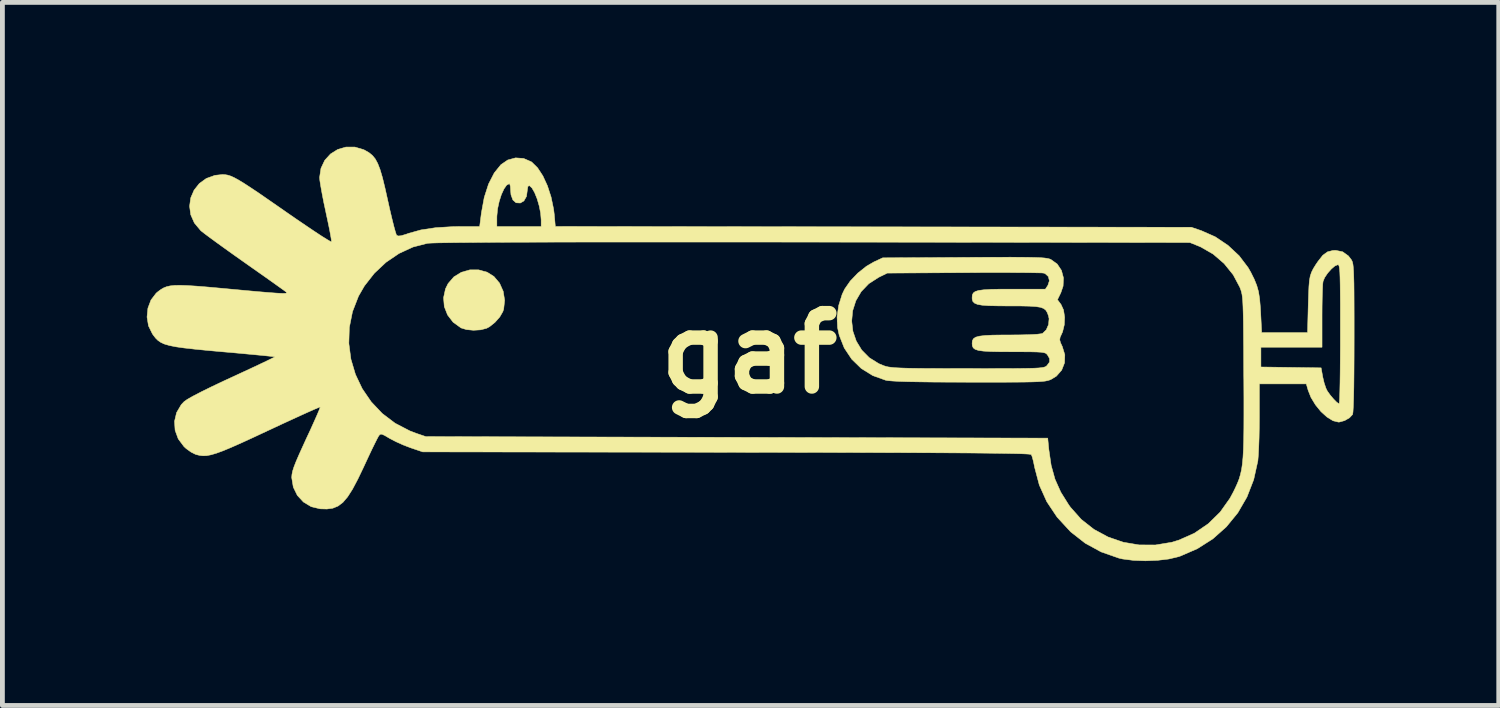
<source format=kicad_pcb>
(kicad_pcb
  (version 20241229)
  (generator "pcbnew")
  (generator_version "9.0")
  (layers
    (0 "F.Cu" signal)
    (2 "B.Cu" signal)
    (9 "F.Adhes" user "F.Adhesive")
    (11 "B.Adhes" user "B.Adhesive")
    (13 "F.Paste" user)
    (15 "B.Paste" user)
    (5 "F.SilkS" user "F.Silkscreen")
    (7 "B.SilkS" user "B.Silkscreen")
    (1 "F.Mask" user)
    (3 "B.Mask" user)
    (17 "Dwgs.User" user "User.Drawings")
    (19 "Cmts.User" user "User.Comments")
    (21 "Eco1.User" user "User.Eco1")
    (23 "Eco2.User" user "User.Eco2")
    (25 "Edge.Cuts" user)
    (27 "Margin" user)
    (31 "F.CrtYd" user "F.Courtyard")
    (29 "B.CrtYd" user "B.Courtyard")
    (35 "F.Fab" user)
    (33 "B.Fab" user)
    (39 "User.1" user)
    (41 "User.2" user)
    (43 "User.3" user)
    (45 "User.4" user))
  (footprint "gaf"
    (layer "F.Cu")
    (at 12.512 4.291)
    (property "Reference" "gaf" (at 0 0 0) (layer "F.SilkS") (effects (font (size 1.524 1.524) (thickness 0.3))))
    (attr through_hole)
    (fp_poly (pts (xy -5.44 -1.685) (xy -5.3 -1.597) (xy -5.183 -1.459) (xy -5.107 -1.289) (xy -5.077 -1.102) (xy -5.097 -0.919) (xy -5.114 -0.867) (xy -5.178 -0.756) (xy -5.278 -0.643) (xy -5.392 -0.552) (xy -5.452 -0.52) (xy -5.576 -0.488) (xy -5.724 -0.479) (xy -5.87 -0.493) (xy -5.984 -0.528) (xy -5.985 -0.529) (xy -6.147 -0.646) (xy -6.263 -0.797) (xy -6.331 -0.971) (xy -6.346 -1.155) (xy -6.306 -1.34) (xy -6.252 -1.449) (xy -6.131 -1.589) (xy -5.976 -1.684) (xy -5.8 -1.734) (xy -5.617 -1.734) (xy -5.44 -1.685)) (stroke (width 0.01) (type solid)) (fill yes) (layer "F.SilkS"))
    (fp_poly (pts (xy 5.641 -1.996) (xy 5.815 -1.994) (xy 5.951 -1.991) (xy 6.056 -1.987) (xy 6.135 -1.981) (xy 6.193 -1.973) (xy 6.234 -1.964) (xy 6.265 -1.953) (xy 6.272 -1.95) (xy 6.404 -1.855) (xy 6.492 -1.723) (xy 6.534 -1.566) (xy 6.526 -1.396) (xy 6.479 -1.258) (xy 6.409 -1.114) (xy 6.483 -1.015) (xy 6.535 -0.901) (xy 6.558 -0.752) (xy 6.551 -0.593) (xy 6.515 -0.445) (xy 6.497 -0.406) (xy 6.464 -0.333) (xy 6.456 -0.28) (xy 6.473 -0.219) (xy 6.509 -0.142) (xy 6.562 0.03) (xy 6.556 0.198) (xy 6.497 0.349) (xy 6.387 0.474) (xy 6.274 0.543) (xy 6.241 0.556) (xy 6.203 0.567) (xy 6.153 0.577) (xy 6.088 0.584) (xy 6 0.59) (xy 5.884 0.594) (xy 5.735 0.597) (xy 5.547 0.599) (xy 5.314 0.6) (xy 5.03 0.6) (xy 4.691 0.6) (xy 4.572 0.6) (xy 4.167 0.599) (xy 3.822 0.597) (xy 3.534 0.593) (xy 3.3 0.589) (xy 3.115 0.583) (xy 2.978 0.575) (xy 2.884 0.567) (xy 2.84 0.559) (xy 2.57 0.462) (xy 2.332 0.314) (xy 2.134 0.121) (xy 1.979 -0.112) (xy 1.874 -0.378) (xy 1.84 -0.535) (xy 1.834 -0.671) (xy 2.134 -0.671) (xy 2.159 -0.458) (xy 2.229 -0.254) (xy 2.342 -0.068) (xy 2.499 0.091) (xy 2.698 0.215) (xy 2.805 0.259) (xy 2.847 0.272) (xy 2.895 0.283) (xy 2.956 0.291) (xy 3.034 0.299) (xy 3.136 0.304) (xy 3.268 0.309) (xy 3.434 0.312) (xy 3.642 0.314) (xy 3.896 0.315) (xy 4.202 0.316) (xy 4.548 0.316) (xy 4.906 0.317) (xy 5.205 0.316) (xy 5.452 0.316) (xy 5.651 0.314) (xy 5.808 0.312) (xy 5.929 0.309) (xy 6.019 0.304) (xy 6.084 0.297) (xy 6.128 0.289) (xy 6.157 0.279) (xy 6.177 0.267) (xy 6.191 0.254) (xy 6.245 0.181) (xy 6.245 0.109) (xy 6.205 0.039) (xy 6.187 0.016) (xy 6.164 -0.002) (xy 6.127 -0.014) (xy 6.068 -0.023) (xy 5.979 -0.028) (xy 5.851 -0.031) (xy 5.675 -0.032) (xy 5.466 -0.032) (xy 5.214 -0.033) (xy 5.018 -0.037) (xy 4.872 -0.046) (xy 4.768 -0.06) (xy 4.699 -0.083) (xy 4.659 -0.114) (xy 4.64 -0.156) (xy 4.636 -0.206) (xy 4.641 -0.261) (xy 4.663 -0.303) (xy 4.709 -0.335) (xy 4.785 -0.356) (xy 4.899 -0.37) (xy 5.058 -0.378) (xy 5.27 -0.381) (xy 5.407 -0.381) (xy 5.642 -0.383) (xy 5.836 -0.388) (xy 5.982 -0.396) (xy 6.074 -0.407) (xy 6.101 -0.415) (xy 6.177 -0.489) (xy 6.224 -0.598) (xy 6.235 -0.719) (xy 6.222 -0.78) (xy 6.198 -0.845) (xy 6.168 -0.895) (xy 6.124 -0.931) (xy 6.058 -0.956) (xy 5.961 -0.971) (xy 5.825 -0.98) (xy 5.643 -0.984) (xy 5.413 -0.984) (xy 5.17 -0.986) (xy 4.982 -0.99) (xy 4.844 -1) (xy 4.747 -1.017) (xy 4.686 -1.043) (xy 4.651 -1.078) (xy 4.637 -1.125) (xy 4.636 -1.159) (xy 4.64 -1.212) (xy 4.66 -1.253) (xy 4.701 -1.284) (xy 4.771 -1.306) (xy 4.877 -1.32) (xy 5.026 -1.329) (xy 5.224 -1.333) (xy 5.467 -1.333) (xy 6.158 -1.333) (xy 6.211 -1.414) (xy 6.241 -1.507) (xy 6.22 -1.595) (xy 6.153 -1.656) (xy 6.121 -1.667) (xy 6.076 -1.671) (xy 5.973 -1.673) (xy 5.82 -1.676) (xy 5.622 -1.677) (xy 5.387 -1.678) (xy 5.12 -1.678) (xy 4.828 -1.678) (xy 4.517 -1.676) (xy 4.461 -1.676) (xy 2.873 -1.667) (xy 2.694 -1.579) (xy 2.489 -1.447) (xy 2.331 -1.282) (xy 2.22 -1.092) (xy 2.154 -0.885) (xy 2.134 -0.671) (xy 1.834 -0.671) (xy 1.83 -0.757) (xy 1.864 -0.995) (xy 1.936 -1.226) (xy 1.988 -1.335) (xy 2.104 -1.502) (xy 2.262 -1.667) (xy 2.44 -1.809) (xy 2.595 -1.899) (xy 2.778 -1.984) (xy 4.47 -1.993) (xy 4.844 -1.995) (xy 5.161 -1.996) (xy 5.425 -1.997) (xy 5.641 -1.996)) (stroke (width 0.01) (type solid)) (fill yes) (layer "F.SilkS"))
    (fp_poly (pts (xy -8.005 -4.231) (xy -7.981 -4.219) (xy -7.896 -4.17) (xy -7.826 -4.113) (xy -7.766 -4.041) (xy -7.714 -3.945) (xy -7.665 -3.818) (xy -7.616 -3.652) (xy -7.564 -3.439) (xy -7.505 -3.175) (xy -7.46 -2.974) (xy -7.417 -2.792) (xy -7.379 -2.64) (xy -7.348 -2.528) (xy -7.327 -2.464) (xy -7.322 -2.454) (xy -7.288 -2.438) (xy -7.228 -2.443) (xy -7.127 -2.473) (xy -7.074 -2.492) (xy -6.816 -2.564) (xy -6.505 -2.611) (xy -6.138 -2.633) (xy -5.966 -2.635) (xy -5.596 -2.635) (xy -5.572 -2.823) (xy -5.239 -2.823) (xy -5.239 -2.635) (xy -4.318 -2.635) (xy -4.318 -2.771) (xy -4.329 -2.911) (xy -4.359 -3.063) (xy -4.402 -3.21) (xy -4.454 -3.339) (xy -4.509 -3.435) (xy -4.562 -3.484) (xy -4.564 -3.485) (xy -4.594 -3.468) (xy -4.604 -3.402) (xy -4.623 -3.261) (xy -4.677 -3.166) (xy -4.751 -3.123) (xy -4.84 -3.128) (xy -4.906 -3.187) (xy -4.945 -3.293) (xy -4.953 -3.385) (xy -4.958 -3.469) (xy -4.972 -3.519) (xy -4.98 -3.524) (xy -5.035 -3.495) (xy -5.091 -3.415) (xy -5.145 -3.298) (xy -5.19 -3.157) (xy -5.223 -3.005) (xy -5.238 -2.854) (xy -5.239 -2.823) (xy -5.572 -2.823) (xy -5.56 -2.917) (xy -5.501 -3.239) (xy -5.411 -3.518) (xy -5.293 -3.748) (xy -5.155 -3.919) (xy -5.012 -4.017) (xy -4.85 -4.061) (xy -4.683 -4.049) (xy -4.526 -3.981) (xy -4.511 -3.971) (xy -4.393 -3.855) (xy -4.283 -3.687) (xy -4.188 -3.481) (xy -4.112 -3.247) (xy -4.06 -2.998) (xy -4.045 -2.878) (xy -4.024 -2.636) (xy 2.584 -2.628) (xy 9.192 -2.619) (xy 9.4 -2.548) (xy 9.687 -2.421) (xy 9.951 -2.244) (xy 10.183 -2.028) (xy 10.369 -1.783) (xy 10.426 -1.684) (xy 10.498 -1.539) (xy 10.55 -1.41) (xy 10.586 -1.282) (xy 10.609 -1.136) (xy 10.625 -0.954) (xy 10.632 -0.826) (xy 10.652 -0.429) (xy 11.605 -0.429) (xy 11.62 -1.016) (xy 11.627 -1.229) (xy 11.634 -1.39) (xy 11.644 -1.511) (xy 11.661 -1.605) (xy 11.687 -1.683) (xy 11.724 -1.758) (xy 11.776 -1.842) (xy 11.823 -1.911) (xy 11.921 -2.036) (xy 12.019 -2.108) (xy 12.133 -2.137) (xy 12.192 -2.139) (xy 12.336 -2.109) (xy 12.454 -2.024) (xy 12.514 -1.946) (xy 12.527 -1.923) (xy 12.539 -1.893) (xy 12.548 -1.851) (xy 12.555 -1.791) (xy 12.561 -1.709) (xy 12.565 -1.597) (xy 12.569 -1.452) (xy 12.571 -1.267) (xy 12.572 -1.036) (xy 12.573 -0.754) (xy 12.573 -0.416) (xy 12.573 -0.323) (xy 12.572 0.073) (xy 12.57 0.416) (xy 12.567 0.704) (xy 12.562 0.935) (xy 12.556 1.108) (xy 12.549 1.22) (xy 12.541 1.271) (xy 12.54 1.272) (xy 12.476 1.34) (xy 12.377 1.397) (xy 12.272 1.427) (xy 12.247 1.429) (xy 12.134 1.401) (xy 12.009 1.324) (xy 11.884 1.211) (xy 11.77 1.071) (xy 11.676 0.916) (xy 11.618 0.77) (xy 11.579 0.635) (xy 10.604 0.635) (xy 10.604 1.326) (xy 10.602 1.545) (xy 10.598 1.758) (xy 10.591 1.95) (xy 10.583 2.109) (xy 10.574 2.221) (xy 10.572 2.238) (xy 10.486 2.626) (xy 10.346 2.986) (xy 10.156 3.314) (xy 9.918 3.605) (xy 9.637 3.855) (xy 9.316 4.059) (xy 8.959 4.214) (xy 8.922 4.226) (xy 8.725 4.273) (xy 8.49 4.301) (xy 8.237 4.311) (xy 7.989 4.302) (xy 7.768 4.274) (xy 7.684 4.255) (xy 7.316 4.126) (xy 6.985 3.945) (xy 6.686 3.711) (xy 6.674 3.699) (xy 6.401 3.403) (xy 6.187 3.082) (xy 6.032 2.737) (xy 5.934 2.367) (xy 5.934 2.364) (xy 5.91 2.248) (xy 5.886 2.155) (xy 5.865 2.104) (xy 5.865 2.104) (xy 5.849 2.099) (xy 5.808 2.094) (xy 5.739 2.09) (xy 5.641 2.086) (xy 5.51 2.083) (xy 5.346 2.08) (xy 5.145 2.077) (xy 4.906 2.074) (xy 4.627 2.071) (xy 4.304 2.069) (xy 3.937 2.067) (xy 3.522 2.065) (xy 3.058 2.063) (xy 2.542 2.062) (xy 1.973 2.06) (xy 1.348 2.059) (xy 0.665 2.058) (xy -0.079 2.057) (xy -0.472 2.056) (xy -6.779 2.048) (xy -7.033 1.962) (xy -7.182 1.905) (xy -7.335 1.836) (xy -7.462 1.77) (xy -7.469 1.766) (xy -7.567 1.708) (xy -7.625 1.681) (xy -7.66 1.681) (xy -7.685 1.704) (xy -7.694 1.717) (xy -7.72 1.764) (xy -7.768 1.859) (xy -7.833 1.991) (xy -7.909 2.152) (xy -7.992 2.331) (xy -8.004 2.357) (xy -8.129 2.618) (xy -8.239 2.825) (xy -8.34 2.983) (xy -8.438 3.098) (xy -8.539 3.174) (xy -8.647 3.218) (xy -8.77 3.235) (xy -8.911 3.231) (xy -9.097 3.186) (xy -9.258 3.089) (xy -9.385 2.951) (xy -9.468 2.781) (xy -9.5 2.589) (xy -9.501 2.578) (xy -9.496 2.517) (xy -9.482 2.447) (xy -9.454 2.359) (xy -9.409 2.244) (xy -9.344 2.094) (xy -9.256 1.9) (xy -9.199 1.775) (xy -9.112 1.589) (xy -9.037 1.422) (xy -8.975 1.283) (xy -8.932 1.181) (xy -8.91 1.124) (xy -8.909 1.114) (xy -8.939 1.125) (xy -9.02 1.159) (xy -9.147 1.215) (xy -9.311 1.289) (xy -9.507 1.379) (xy -9.729 1.481) (xy -9.97 1.594) (xy -9.993 1.604) (xy -10.296 1.746) (xy -10.549 1.862) (xy -10.757 1.954) (xy -10.927 2.025) (xy -11.064 2.075) (xy -11.175 2.108) (xy -11.267 2.126) (xy -11.344 2.129) (xy -11.414 2.121) (xy -11.483 2.104) (xy -11.504 2.097) (xy -11.593 2.052) (xy -11.693 1.98) (xy -11.74 1.937) (xy -11.859 1.777) (xy -11.924 1.599) (xy -11.936 1.413) (xy -11.893 1.232) (xy -11.797 1.068) (xy -11.737 1.004) (xy -11.674 0.959) (xy -11.555 0.891) (xy -11.386 0.803) (xy -11.171 0.697) (xy -10.914 0.575) (xy -10.738 0.494) (xy -10.518 0.392) (xy -10.318 0.299) (xy -10.146 0.218) (xy -10.007 0.152) (xy -9.909 0.104) (xy -9.859 0.077) (xy -9.854 0.073) (xy -9.887 0.068) (xy -9.975 0.058) (xy -10.113 0.044) (xy -10.291 0.027) (xy -10.504 0.007) (xy -10.742 -0.015) (xy -10.941 -0.032) (xy -11.26 -0.061) (xy -11.522 -0.087) (xy -11.735 -0.111) (xy -11.904 -0.135) (xy -12.036 -0.161) (xy -12.138 -0.19) (xy -12.171 -0.205) (xy -8.314 -0.205) (xy -8.271 0.122) (xy -8.177 0.438) (xy -8.036 0.735) (xy -7.849 1.008) (xy -7.62 1.25) (xy -7.352 1.453) (xy -7.046 1.612) (xy -6.921 1.66) (xy -6.715 1.73) (xy 6.207 1.762) (xy 6.23 2) (xy 6.278 2.328) (xy 6.358 2.616) (xy 6.478 2.884) (xy 6.643 3.148) (xy 6.679 3.198) (xy 6.903 3.45) (xy 7.166 3.657) (xy 7.46 3.816) (xy 7.776 3.925) (xy 8.107 3.981) (xy 8.446 3.982) (xy 8.783 3.926) (xy 8.934 3.88) (xy 9.255 3.737) (xy 9.542 3.541) (xy 9.79 3.298) (xy 9.993 3.012) (xy 10.063 2.882) (xy 10.11 2.785) (xy 10.15 2.696) (xy 10.184 2.609) (xy 10.211 2.517) (xy 10.234 2.416) (xy 10.251 2.299) (xy 10.264 2.16) (xy 10.273 1.994) (xy 10.279 1.795) (xy 10.282 1.556) (xy 10.283 1.273) (xy 10.283 0.938) (xy 10.281 0.547) (xy 10.28 0.48) (xy 10.278 0.112) (xy 10.277 -0.127) (xy 10.636 -0.127) (xy 10.636 0.284) (xy 11.887 0.302) (xy 11.922 0.496) (xy 11.951 0.618) (xy 11.988 0.727) (xy 12.015 0.782) (xy 12.077 0.869) (xy 12.148 0.952) (xy 12.212 1.017) (xy 12.257 1.047) (xy 12.261 1.048) (xy 12.267 1.017) (xy 12.272 0.929) (xy 12.276 0.79) (xy 12.28 0.607) (xy 12.283 0.385) (xy 12.285 0.132) (xy 12.287 -0.148) (xy 12.287 -0.397) (xy 12.287 -0.739) (xy 12.287 -1.022) (xy 12.285 -1.253) (xy 12.283 -1.436) (xy 12.28 -1.577) (xy 12.276 -1.682) (xy 12.27 -1.755) (xy 12.263 -1.802) (xy 12.254 -1.829) (xy 12.243 -1.84) (xy 12.235 -1.841) (xy 12.174 -1.816) (xy 12.099 -1.752) (xy 12.022 -1.665) (xy 11.96 -1.573) (xy 11.927 -1.492) (xy 11.927 -1.492) (xy 11.92 -1.429) (xy 11.915 -1.314) (xy 11.91 -1.159) (xy 11.907 -0.975) (xy 11.906 -0.775) (xy 11.906 -0.758) (xy 11.906 -0.127) (xy 10.636 -0.127) (xy 10.277 -0.127) (xy 10.276 -0.199) (xy 10.274 -0.457) (xy 10.272 -0.668) (xy 10.268 -0.838) (xy 10.264 -0.973) (xy 10.259 -1.078) (xy 10.252 -1.159) (xy 10.244 -1.221) (xy 10.233 -1.27) (xy 10.221 -1.312) (xy 10.206 -1.352) (xy 10.198 -1.373) (xy 10.06 -1.632) (xy 9.872 -1.865) (xy 9.645 -2.061) (xy 9.39 -2.208) (xy 9.343 -2.228) (xy 9.16 -2.302) (xy 1.349 -2.311) (xy 0.398 -2.312) (xy -0.49 -2.312) (xy -1.316 -2.312) (xy -2.081 -2.312) (xy -2.784 -2.312) (xy -3.427 -2.312) (xy -4.01 -2.311) (xy -4.534 -2.309) (xy -4.999 -2.308) (xy -5.407 -2.306) (xy -5.757 -2.303) (xy -6.05 -2.301) (xy -6.287 -2.298) (xy -6.468 -2.295) (xy -6.595 -2.291) (xy -6.667 -2.287) (xy -6.68 -2.286) (xy -6.98 -2.209) (xy -7.271 -2.075) (xy -7.542 -1.891) (xy -7.784 -1.664) (xy -7.99 -1.401) (xy -8.113 -1.188) (xy -8.238 -0.866) (xy -8.304 -0.536) (xy -8.314 -0.205) (xy -12.171 -0.205) (xy -12.216 -0.224) (xy -12.277 -0.265) (xy -12.328 -0.315) (xy -12.375 -0.375) (xy -12.396 -0.405) (xy -12.477 -0.571) (xy -12.507 -0.754) (xy -12.489 -0.938) (xy -12.425 -1.108) (xy -12.317 -1.25) (xy -12.275 -1.285) (xy -12.219 -1.326) (xy -12.163 -1.359) (xy -12.101 -1.384) (xy -12.028 -1.401) (xy -11.935 -1.411) (xy -11.816 -1.413) (xy -11.666 -1.408) (xy -11.477 -1.396) (xy -11.242 -1.377) (xy -10.956 -1.351) (xy -10.72 -1.329) (xy -10.417 -1.301) (xy -10.172 -1.279) (xy -9.979 -1.263) (xy -9.833 -1.252) (xy -9.728 -1.246) (xy -9.659 -1.245) (xy -9.62 -1.248) (xy -9.606 -1.256) (xy -9.611 -1.268) (xy -9.62 -1.276) (xy -9.662 -1.308) (xy -9.75 -1.371) (xy -9.876 -1.461) (xy -10.032 -1.572) (xy -10.213 -1.699) (xy -10.41 -1.838) (xy -10.488 -1.893) (xy -10.692 -2.037) (xy -10.885 -2.175) (xy -11.057 -2.299) (xy -11.202 -2.405) (xy -11.313 -2.488) (xy -11.382 -2.542) (xy -11.394 -2.553) (xy -11.524 -2.709) (xy -11.599 -2.88) (xy -11.623 -3.057) (xy -11.599 -3.23) (xy -11.53 -3.39) (xy -11.421 -3.528) (xy -11.276 -3.633) (xy -11.097 -3.698) (xy -10.939 -3.715) (xy -10.886 -3.712) (xy -10.832 -3.703) (xy -10.771 -3.684) (xy -10.699 -3.652) (xy -10.609 -3.603) (xy -10.497 -3.535) (xy -10.357 -3.444) (xy -10.183 -3.328) (xy -9.971 -3.181) (xy -9.714 -3.003) (xy -9.605 -2.927) (xy -9.391 -2.779) (xy -9.195 -2.646) (xy -9.021 -2.529) (xy -8.877 -2.434) (xy -8.766 -2.365) (xy -8.697 -2.324) (xy -8.673 -2.316) (xy -8.677 -2.356) (xy -8.692 -2.447) (xy -8.717 -2.58) (xy -8.751 -2.744) (xy -8.791 -2.93) (xy -8.792 -2.938) (xy -8.834 -3.132) (xy -8.869 -3.313) (xy -8.897 -3.469) (xy -8.916 -3.588) (xy -8.922 -3.654) (xy -8.893 -3.845) (xy -8.815 -4.01) (xy -8.695 -4.142) (xy -8.545 -4.236) (xy -8.373 -4.286) (xy -8.19 -4.286) (xy -8.005 -4.231)) (stroke (width 0.01) (type solid)) (fill yes) (layer "F.SilkS")))
  (gr_rect
    (start -3 -3)
    (end 28.09 11.608)
    (stroke (width 0.1) (type default))
    (fill no)
    (layer "Edge.Cuts")))
</source>
